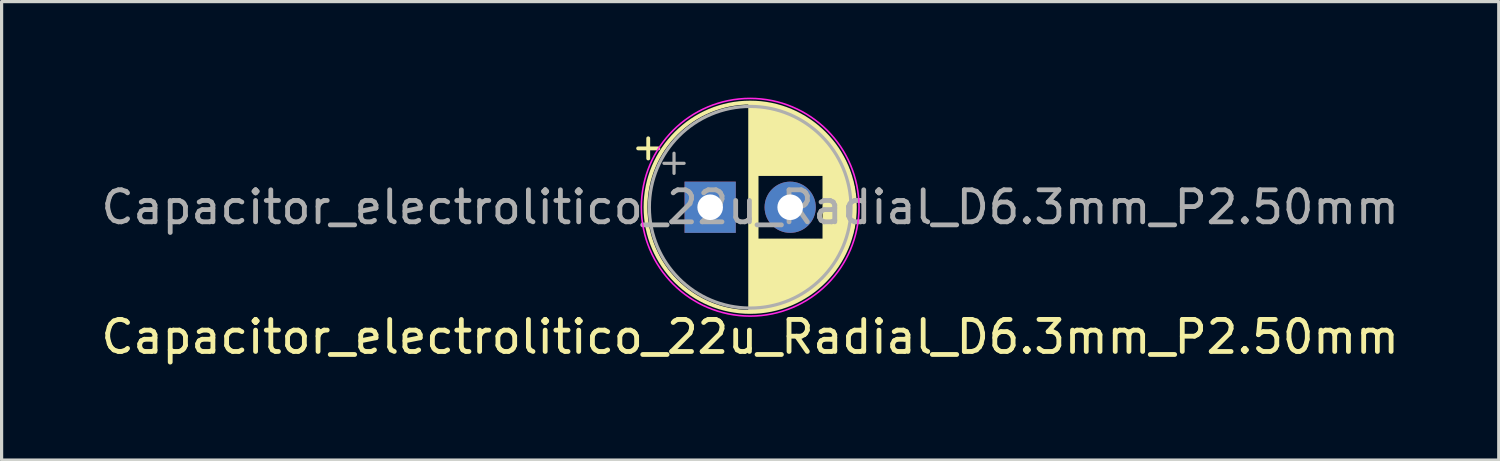
<source format=kicad_pcb>
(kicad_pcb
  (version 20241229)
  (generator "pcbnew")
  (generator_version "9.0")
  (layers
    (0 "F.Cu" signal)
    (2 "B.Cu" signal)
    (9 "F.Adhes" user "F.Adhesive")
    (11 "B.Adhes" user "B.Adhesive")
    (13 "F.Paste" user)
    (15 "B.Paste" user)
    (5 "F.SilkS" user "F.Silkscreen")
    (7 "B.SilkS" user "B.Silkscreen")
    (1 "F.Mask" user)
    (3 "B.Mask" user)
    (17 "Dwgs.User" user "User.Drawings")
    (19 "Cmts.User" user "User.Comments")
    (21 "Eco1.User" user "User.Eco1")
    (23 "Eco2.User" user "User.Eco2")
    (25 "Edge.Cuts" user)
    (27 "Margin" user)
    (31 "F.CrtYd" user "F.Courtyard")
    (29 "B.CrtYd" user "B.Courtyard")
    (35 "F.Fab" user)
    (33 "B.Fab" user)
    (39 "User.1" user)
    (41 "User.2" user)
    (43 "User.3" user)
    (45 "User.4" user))
  (footprint "Capacitor_electrolitico_22u_Radial_D6.3mm_P2.50mm"
    (layer "F.Cu")
    (at 20.387 3.425)
    (property "Reference" "Capacitor_electrolitico_22u_Radial_D6.3mm_P2.50mm" (at 0 4.05 0) (layer "F.SilkS") (effects (font (size 1 1) (thickness 0.15))))
    (attr through_hole)
    (fp_line (start -3.5 -1.839) (end -2.87 -1.839) (stroke (width 0.12) (type solid)) (layer "F.SilkS"))
    (fp_line (start -3.185 -2.154) (end -3.185 -1.524) (stroke (width 0.12) (type solid)) (layer "F.SilkS"))
    (fp_line (start 0 -3.23) (end 0 3.23) (stroke (width 0.12) (type solid)) (layer "F.SilkS"))
    (fp_line (start 0.04 -3.23) (end 0.04 3.23) (stroke (width 0.12) (type solid)) (layer "F.SilkS"))
    (fp_line (start 0.08 -3.229) (end 0.08 3.229) (stroke (width 0.12) (type solid)) (layer "F.SilkS"))
    (fp_line (start 0.12 -3.228) (end 0.12 3.228) (stroke (width 0.12) (type solid)) (layer "F.SilkS"))
    (fp_line (start 0.16 -3.226) (end 0.16 3.226) (stroke (width 0.12) (type solid)) (layer "F.SilkS"))
    (fp_line (start 0.2 -3.224) (end 0.2 3.224) (stroke (width 0.12) (type solid)) (layer "F.SilkS"))
    (fp_line (start 0.24 -3.221) (end 0.24 -1.04) (stroke (width 0.12) (type solid)) (layer "F.SilkS"))
    (fp_line (start 0.24 1.04) (end 0.24 3.221) (stroke (width 0.12) (type solid)) (layer "F.SilkS"))
    (fp_line (start 0.28 -3.218) (end 0.28 -1.04) (stroke (width 0.12) (type solid)) (layer "F.SilkS"))
    (fp_line (start 0.28 1.04) (end 0.28 3.218) (stroke (width 0.12) (type solid)) (layer "F.SilkS"))
    (fp_line (start 0.32 -3.214) (end 0.32 -1.04) (stroke (width 0.12) (type solid)) (layer "F.SilkS"))
    (fp_line (start 0.32 1.04) (end 0.32 3.214) (stroke (width 0.12) (type solid)) (layer "F.SilkS"))
    (fp_line (start 0.36 -3.21) (end 0.36 -1.04) (stroke (width 0.12) (type solid)) (layer "F.SilkS"))
    (fp_line (start 0.36 1.04) (end 0.36 3.21) (stroke (width 0.12) (type solid)) (layer "F.SilkS"))
    (fp_line (start 0.4 -3.205) (end 0.4 -1.04) (stroke (width 0.12) (type solid)) (layer "F.SilkS"))
    (fp_line (start 0.4 1.04) (end 0.4 3.205) (stroke (width 0.12) (type solid)) (layer "F.SilkS"))
    (fp_line (start 0.44 -3.2) (end 0.44 -1.04) (stroke (width 0.12) (type solid)) (layer "F.SilkS"))
    (fp_line (start 0.44 1.04) (end 0.44 3.2) (stroke (width 0.12) (type solid)) (layer "F.SilkS"))
    (fp_line (start 0.48 -3.195) (end 0.48 -1.04) (stroke (width 0.12) (type solid)) (layer "F.SilkS"))
    (fp_line (start 0.48 1.04) (end 0.48 3.195) (stroke (width 0.12) (type solid)) (layer "F.SilkS"))
    (fp_line (start 0.52 -3.188) (end 0.52 -1.04) (stroke (width 0.12) (type solid)) (layer "F.SilkS"))
    (fp_line (start 0.52 1.04) (end 0.52 3.188) (stroke (width 0.12) (type solid)) (layer "F.SilkS"))
    (fp_line (start 0.56 -3.182) (end 0.56 -1.04) (stroke (width 0.12) (type solid)) (layer "F.SilkS"))
    (fp_line (start 0.56 1.04) (end 0.56 3.182) (stroke (width 0.12) (type solid)) (layer "F.SilkS"))
    (fp_line (start 0.6 -3.174) (end 0.6 -1.04) (stroke (width 0.12) (type solid)) (layer "F.SilkS"))
    (fp_line (start 0.6 1.04) (end 0.6 3.174) (stroke (width 0.12) (type solid)) (layer "F.SilkS"))
    (fp_line (start 0.64 -3.167) (end 0.64 -1.04) (stroke (width 0.12) (type solid)) (layer "F.SilkS"))
    (fp_line (start 0.64 1.04) (end 0.64 3.167) (stroke (width 0.12) (type solid)) (layer "F.SilkS"))
    (fp_line (start 0.68 -3.159) (end 0.68 -1.04) (stroke (width 0.12) (type solid)) (layer "F.SilkS"))
    (fp_line (start 0.68 1.04) (end 0.68 3.159) (stroke (width 0.12) (type solid)) (layer "F.SilkS"))
    (fp_line (start 0.72 -3.15) (end 0.72 -1.04) (stroke (width 0.12) (type solid)) (layer "F.SilkS"))
    (fp_line (start 0.72 1.04) (end 0.72 3.15) (stroke (width 0.12) (type solid)) (layer "F.SilkS"))
    (fp_line (start 0.76 -3.14) (end 0.76 -1.04) (stroke (width 0.12) (type solid)) (layer "F.SilkS"))
    (fp_line (start 0.76 1.04) (end 0.76 3.14) (stroke (width 0.12) (type solid)) (layer "F.SilkS"))
    (fp_line (start 0.8 -3.131) (end 0.8 -1.04) (stroke (width 0.12) (type solid)) (layer "F.SilkS"))
    (fp_line (start 0.8 1.04) (end 0.8 3.131) (stroke (width 0.12) (type solid)) (layer "F.SilkS"))
    (fp_line (start 0.84 -3.12) (end 0.84 -1.04) (stroke (width 0.12) (type solid)) (layer "F.SilkS"))
    (fp_line (start 0.84 1.04) (end 0.84 3.12) (stroke (width 0.12) (type solid)) (layer "F.SilkS"))
    (fp_line (start 0.88 -3.109) (end 0.88 -1.04) (stroke (width 0.12) (type solid)) (layer "F.SilkS"))
    (fp_line (start 0.88 1.04) (end 0.88 3.109) (stroke (width 0.12) (type solid)) (layer "F.SilkS"))
    (fp_line (start 0.92 -3.098) (end 0.92 -1.04) (stroke (width 0.12) (type solid)) (layer "F.SilkS"))
    (fp_line (start 0.92 1.04) (end 0.92 3.098) (stroke (width 0.12) (type solid)) (layer "F.SilkS"))
    (fp_line (start 0.96 -3.086) (end 0.96 -1.04) (stroke (width 0.12) (type solid)) (layer "F.SilkS"))
    (fp_line (start 0.96 1.04) (end 0.96 3.086) (stroke (width 0.12) (type solid)) (layer "F.SilkS"))
    (fp_line (start 1 -3.073) (end 1 -1.04) (stroke (width 0.12) (type solid)) (layer "F.SilkS"))
    (fp_line (start 1 1.04) (end 1 3.073) (stroke (width 0.12) (type solid)) (layer "F.SilkS"))
    (fp_line (start 1.04 -3.06) (end 1.04 -1.04) (stroke (width 0.12) (type solid)) (layer "F.SilkS"))
    (fp_line (start 1.04 1.04) (end 1.04 3.06) (stroke (width 0.12) (type solid)) (layer "F.SilkS"))
    (fp_line (start 1.08 -3.047) (end 1.08 -1.04) (stroke (width 0.12) (type solid)) (layer "F.SilkS"))
    (fp_line (start 1.08 1.04) (end 1.08 3.047) (stroke (width 0.12) (type solid)) (layer "F.SilkS"))
    (fp_line (start 1.12 -3.032) (end 1.12 -1.04) (stroke (width 0.12) (type solid)) (layer "F.SilkS"))
    (fp_line (start 1.12 1.04) (end 1.12 3.032) (stroke (width 0.12) (type solid)) (layer "F.SilkS"))
    (fp_line (start 1.16 -3.017) (end 1.16 -1.04) (stroke (width 0.12) (type solid)) (layer "F.SilkS"))
    (fp_line (start 1.16 1.04) (end 1.16 3.017) (stroke (width 0.12) (type solid)) (layer "F.SilkS"))
    (fp_line (start 1.2 -3.002) (end 1.2 -1.04) (stroke (width 0.12) (type solid)) (layer "F.SilkS"))
    (fp_line (start 1.2 1.04) (end 1.2 3.002) (stroke (width 0.12) (type solid)) (layer "F.SilkS"))
    (fp_line (start 1.24 -2.986) (end 1.24 -1.04) (stroke (width 0.12) (type solid)) (layer "F.SilkS"))
    (fp_line (start 1.24 1.04) (end 1.24 2.986) (stroke (width 0.12) (type solid)) (layer "F.SilkS"))
    (fp_line (start 1.28 -2.969) (end 1.28 -1.04) (stroke (width 0.12) (type solid)) (layer "F.SilkS"))
    (fp_line (start 1.28 1.04) (end 1.28 2.969) (stroke (width 0.12) (type solid)) (layer "F.SilkS"))
    (fp_line (start 1.32 -2.952) (end 1.32 -1.04) (stroke (width 0.12) (type solid)) (layer "F.SilkS"))
    (fp_line (start 1.32 1.04) (end 1.32 2.952) (stroke (width 0.12) (type solid)) (layer "F.SilkS"))
    (fp_line (start 1.36 -2.934) (end 1.36 -1.04) (stroke (width 0.12) (type solid)) (layer "F.SilkS"))
    (fp_line (start 1.36 1.04) (end 1.36 2.934) (stroke (width 0.12) (type solid)) (layer "F.SilkS"))
    (fp_line (start 1.4 -2.915) (end 1.4 -1.04) (stroke (width 0.12) (type solid)) (layer "F.SilkS"))
    (fp_line (start 1.4 1.04) (end 1.4 2.915) (stroke (width 0.12) (type solid)) (layer "F.SilkS"))
    (fp_line (start 1.44 -2.896) (end 1.44 -1.04) (stroke (width 0.12) (type solid)) (layer "F.SilkS"))
    (fp_line (start 1.44 1.04) (end 1.44 2.896) (stroke (width 0.12) (type solid)) (layer "F.SilkS"))
    (fp_line (start 1.48 -2.876) (end 1.48 -1.04) (stroke (width 0.12) (type solid)) (layer "F.SilkS"))
    (fp_line (start 1.48 1.04) (end 1.48 2.876) (stroke (width 0.12) (type solid)) (layer "F.SilkS"))
    (fp_line (start 1.52 -2.855) (end 1.52 -1.04) (stroke (width 0.12) (type solid)) (layer "F.SilkS"))
    (fp_line (start 1.52 1.04) (end 1.52 2.855) (stroke (width 0.12) (type solid)) (layer "F.SilkS"))
    (fp_line (start 1.56 -2.834) (end 1.56 -1.04) (stroke (width 0.12) (type solid)) (layer "F.SilkS"))
    (fp_line (start 1.56 1.04) (end 1.56 2.834) (stroke (width 0.12) (type solid)) (layer "F.SilkS"))
    (fp_line (start 1.6 -2.812) (end 1.6 -1.04) (stroke (width 0.12) (type solid)) (layer "F.SilkS"))
    (fp_line (start 1.6 1.04) (end 1.6 2.812) (stroke (width 0.12) (type solid)) (layer "F.SilkS"))
    (fp_line (start 1.64 -2.789) (end 1.64 -1.04) (stroke (width 0.12) (type solid)) (layer "F.SilkS"))
    (fp_line (start 1.64 1.04) (end 1.64 2.789) (stroke (width 0.12) (type solid)) (layer "F.SilkS"))
    (fp_line (start 1.68 -2.765) (end 1.68 -1.04) (stroke (width 0.12) (type solid)) (layer "F.SilkS"))
    (fp_line (start 1.68 1.04) (end 1.68 2.765) (stroke (width 0.12) (type solid)) (layer "F.SilkS"))
    (fp_line (start 1.72 -2.741) (end 1.72 -1.04) (stroke (width 0.12) (type solid)) (layer "F.SilkS"))
    (fp_line (start 1.72 1.04) (end 1.72 2.741) (stroke (width 0.12) (type solid)) (layer "F.SilkS"))
    (fp_line (start 1.76 -2.716) (end 1.76 -1.04) (stroke (width 0.12) (type solid)) (layer "F.SilkS"))
    (fp_line (start 1.76 1.04) (end 1.76 2.716) (stroke (width 0.12) (type solid)) (layer "F.SilkS"))
    (fp_line (start 1.8 -2.69) (end 1.8 -1.04) (stroke (width 0.12) (type solid)) (layer "F.SilkS"))
    (fp_line (start 1.8 1.04) (end 1.8 2.69) (stroke (width 0.12) (type solid)) (layer "F.SilkS"))
    (fp_line (start 1.84 -2.663) (end 1.84 -1.04) (stroke (width 0.12) (type solid)) (layer "F.SilkS"))
    (fp_line (start 1.84 1.04) (end 1.84 2.663) (stroke (width 0.12) (type solid)) (layer "F.SilkS"))
    (fp_line (start 1.88 -2.636) (end 1.88 -1.04) (stroke (width 0.12) (type solid)) (layer "F.SilkS"))
    (fp_line (start 1.88 1.04) (end 1.88 2.636) (stroke (width 0.12) (type solid)) (layer "F.SilkS"))
    (fp_line (start 1.92 -2.607) (end 1.92 -1.04) (stroke (width 0.12) (type solid)) (layer "F.SilkS"))
    (fp_line (start 1.92 1.04) (end 1.92 2.607) (stroke (width 0.12) (type solid)) (layer "F.SilkS"))
    (fp_line (start 1.96 -2.577) (end 1.96 -1.04) (stroke (width 0.12) (type solid)) (layer "F.SilkS"))
    (fp_line (start 1.96 1.04) (end 1.96 2.577) (stroke (width 0.12) (type solid)) (layer "F.SilkS"))
    (fp_line (start 2 -2.547) (end 2 -1.04) (stroke (width 0.12) (type solid)) (layer "F.SilkS"))
    (fp_line (start 2 1.04) (end 2 2.547) (stroke (width 0.12) (type solid)) (layer "F.SilkS"))
    (fp_line (start 2.04 -2.516) (end 2.04 -1.04) (stroke (width 0.12) (type solid)) (layer "F.SilkS"))
    (fp_line (start 2.04 1.04) (end 2.04 2.516) (stroke (width 0.12) (type solid)) (layer "F.SilkS"))
    (fp_line (start 2.08 -2.483) (end 2.08 -1.04) (stroke (width 0.12) (type solid)) (layer "F.SilkS"))
    (fp_line (start 2.08 1.04) (end 2.08 2.483) (stroke (width 0.12) (type solid)) (layer "F.SilkS"))
    (fp_line (start 2.12 -2.45) (end 2.12 -1.04) (stroke (width 0.12) (type solid)) (layer "F.SilkS"))
    (fp_line (start 2.12 1.04) (end 2.12 2.45) (stroke (width 0.12) (type solid)) (layer "F.SilkS"))
    (fp_line (start 2.16 -2.415) (end 2.16 -1.04) (stroke (width 0.12) (type solid)) (layer "F.SilkS"))
    (fp_line (start 2.16 1.04) (end 2.16 2.415) (stroke (width 0.12) (type solid)) (layer "F.SilkS"))
    (fp_line (start 2.2 -2.379) (end 2.2 -1.04) (stroke (width 0.12) (type solid)) (layer "F.SilkS"))
    (fp_line (start 2.2 1.04) (end 2.2 2.379) (stroke (width 0.12) (type solid)) (layer "F.SilkS"))
    (fp_line (start 2.24 -2.342) (end 2.24 -1.04) (stroke (width 0.12) (type solid)) (layer "F.SilkS"))
    (fp_line (start 2.24 1.04) (end 2.24 2.342) (stroke (width 0.12) (type solid)) (layer "F.SilkS"))
    (fp_line (start 2.28 -2.304) (end 2.28 -1.04) (stroke (width 0.12) (type solid)) (layer "F.SilkS"))
    (fp_line (start 2.28 1.04) (end 2.28 2.304) (stroke (width 0.12) (type solid)) (layer "F.SilkS"))
    (fp_line (start 2.32 -2.264) (end 2.32 2.264) (stroke (width 0.12) (type solid)) (layer "F.SilkS"))
    (fp_line (start 2.36 -2.223) (end 2.36 2.223) (stroke (width 0.12) (type solid)) (layer "F.SilkS"))
    (fp_line (start 2.4 -2.181) (end 2.4 2.181) (stroke (width 0.12) (type solid)) (layer "F.SilkS"))
    (fp_line (start 2.44 -2.137) (end 2.44 2.137) (stroke (width 0.12) (type solid)) (layer "F.SilkS"))
    (fp_line (start 2.48 -2.091) (end 2.48 2.091) (stroke (width 0.12) (type solid)) (layer "F.SilkS"))
    (fp_line (start 2.52 -2.044) (end 2.52 2.044) (stroke (width 0.12) (type solid)) (layer "F.SilkS"))
    (fp_line (start 2.56 -1.995) (end 2.56 1.995) (stroke (width 0.12) (type solid)) (layer "F.SilkS"))
    (fp_line (start 2.6 -1.943) (end 2.6 1.943) (stroke (width 0.12) (type solid)) (layer "F.SilkS"))
    (fp_line (start 2.64 -1.89) (end 2.64 1.89) (stroke (width 0.12) (type solid)) (layer "F.SilkS"))
    (fp_line (start 2.68 -1.834) (end 2.68 1.834) (stroke (width 0.12) (type solid)) (layer "F.SilkS"))
    (fp_line (start 2.72 -1.775) (end 2.72 1.775) (stroke (width 0.12) (type solid)) (layer "F.SilkS"))
    (fp_line (start 2.76 -1.714) (end 2.76 1.714) (stroke (width 0.12) (type solid)) (layer "F.SilkS"))
    (fp_line (start 2.8 -1.649) (end 2.8 1.649) (stroke (width 0.12) (type solid)) (layer "F.SilkS"))
    (fp_line (start 2.84 -1.581) (end 2.84 1.581) (stroke (width 0.12) (type solid)) (layer "F.SilkS"))
    (fp_line (start 2.88 -1.509) (end 2.88 1.509) (stroke (width 0.12) (type solid)) (layer "F.SilkS"))
    (fp_line (start 2.92 -1.432) (end 2.92 1.432) (stroke (width 0.12) (type solid)) (layer "F.SilkS"))
    (fp_line (start 2.96 -1.35) (end 2.96 1.35) (stroke (width 0.12) (type solid)) (layer "F.SilkS"))
    (fp_line (start 3 -1.261) (end 3 1.261) (stroke (width 0.12) (type solid)) (layer "F.SilkS"))
    (fp_line (start 3.04 -1.165) (end 3.04 1.165) (stroke (width 0.12) (type solid)) (layer "F.SilkS"))
    (fp_line (start 3.08 -1.058) (end 3.08 1.058) (stroke (width 0.12) (type solid)) (layer "F.SilkS"))
    (fp_line (start 3.12 -0.939) (end 3.12 0.939) (stroke (width 0.12) (type solid)) (layer "F.SilkS"))
    (fp_line (start 3.16 -0.801) (end 3.16 0.801) (stroke (width 0.12) (type solid)) (layer "F.SilkS"))
    (fp_line (start 3.2 -0.633) (end 3.2 0.633) (stroke (width 0.12) (type solid)) (layer "F.SilkS"))
    (fp_line (start 3.24 -0.402) (end 3.24 0.402) (stroke (width 0.12) (type solid)) (layer "F.SilkS"))
    (fp_circle (center 0 0) (end 3.27 0) (stroke (width 0.12) (type solid)) (fill no) (layer "F.SilkS"))
    (fp_circle (center 0 0) (end 3.4 0) (stroke (width 0.05) (type solid)) (fill no) (layer "F.CrtYd"))
    (fp_line (start -2.694 -1.373) (end -2.064 -1.373) (stroke (width 0.1) (type solid)) (layer "F.Fab"))
    (fp_line (start -2.379 -1.688) (end -2.379 -1.058) (stroke (width 0.1) (type solid)) (layer "F.Fab"))
    (fp_circle (center 0 0) (end 3.15 0) (stroke (width 0.1) (type solid)) (fill no) (layer "F.Fab"))
    (fp_text user "${REFERENCE}" (at 0 0 0) (layer "F.Fab") (effects (font (size 1 1) (thickness 0.15))))
    (pad "1" thru_hole rect (at -1.25 0) (size 1.6 1.6) (drill 0.8) (layers "*.Cu" "*.Mask"))
    (pad "2" thru_hole circle (at 1.25 0) (size 1.6 1.6) (drill 0.8) (layers "*.Cu" "*.Mask")))
  (gr_rect
    (start -3 -3)
    (end 43.774 11.323)
    (stroke (width 0.1) (type default))
    (fill no)
    (layer "Edge.Cuts")))
</source>
